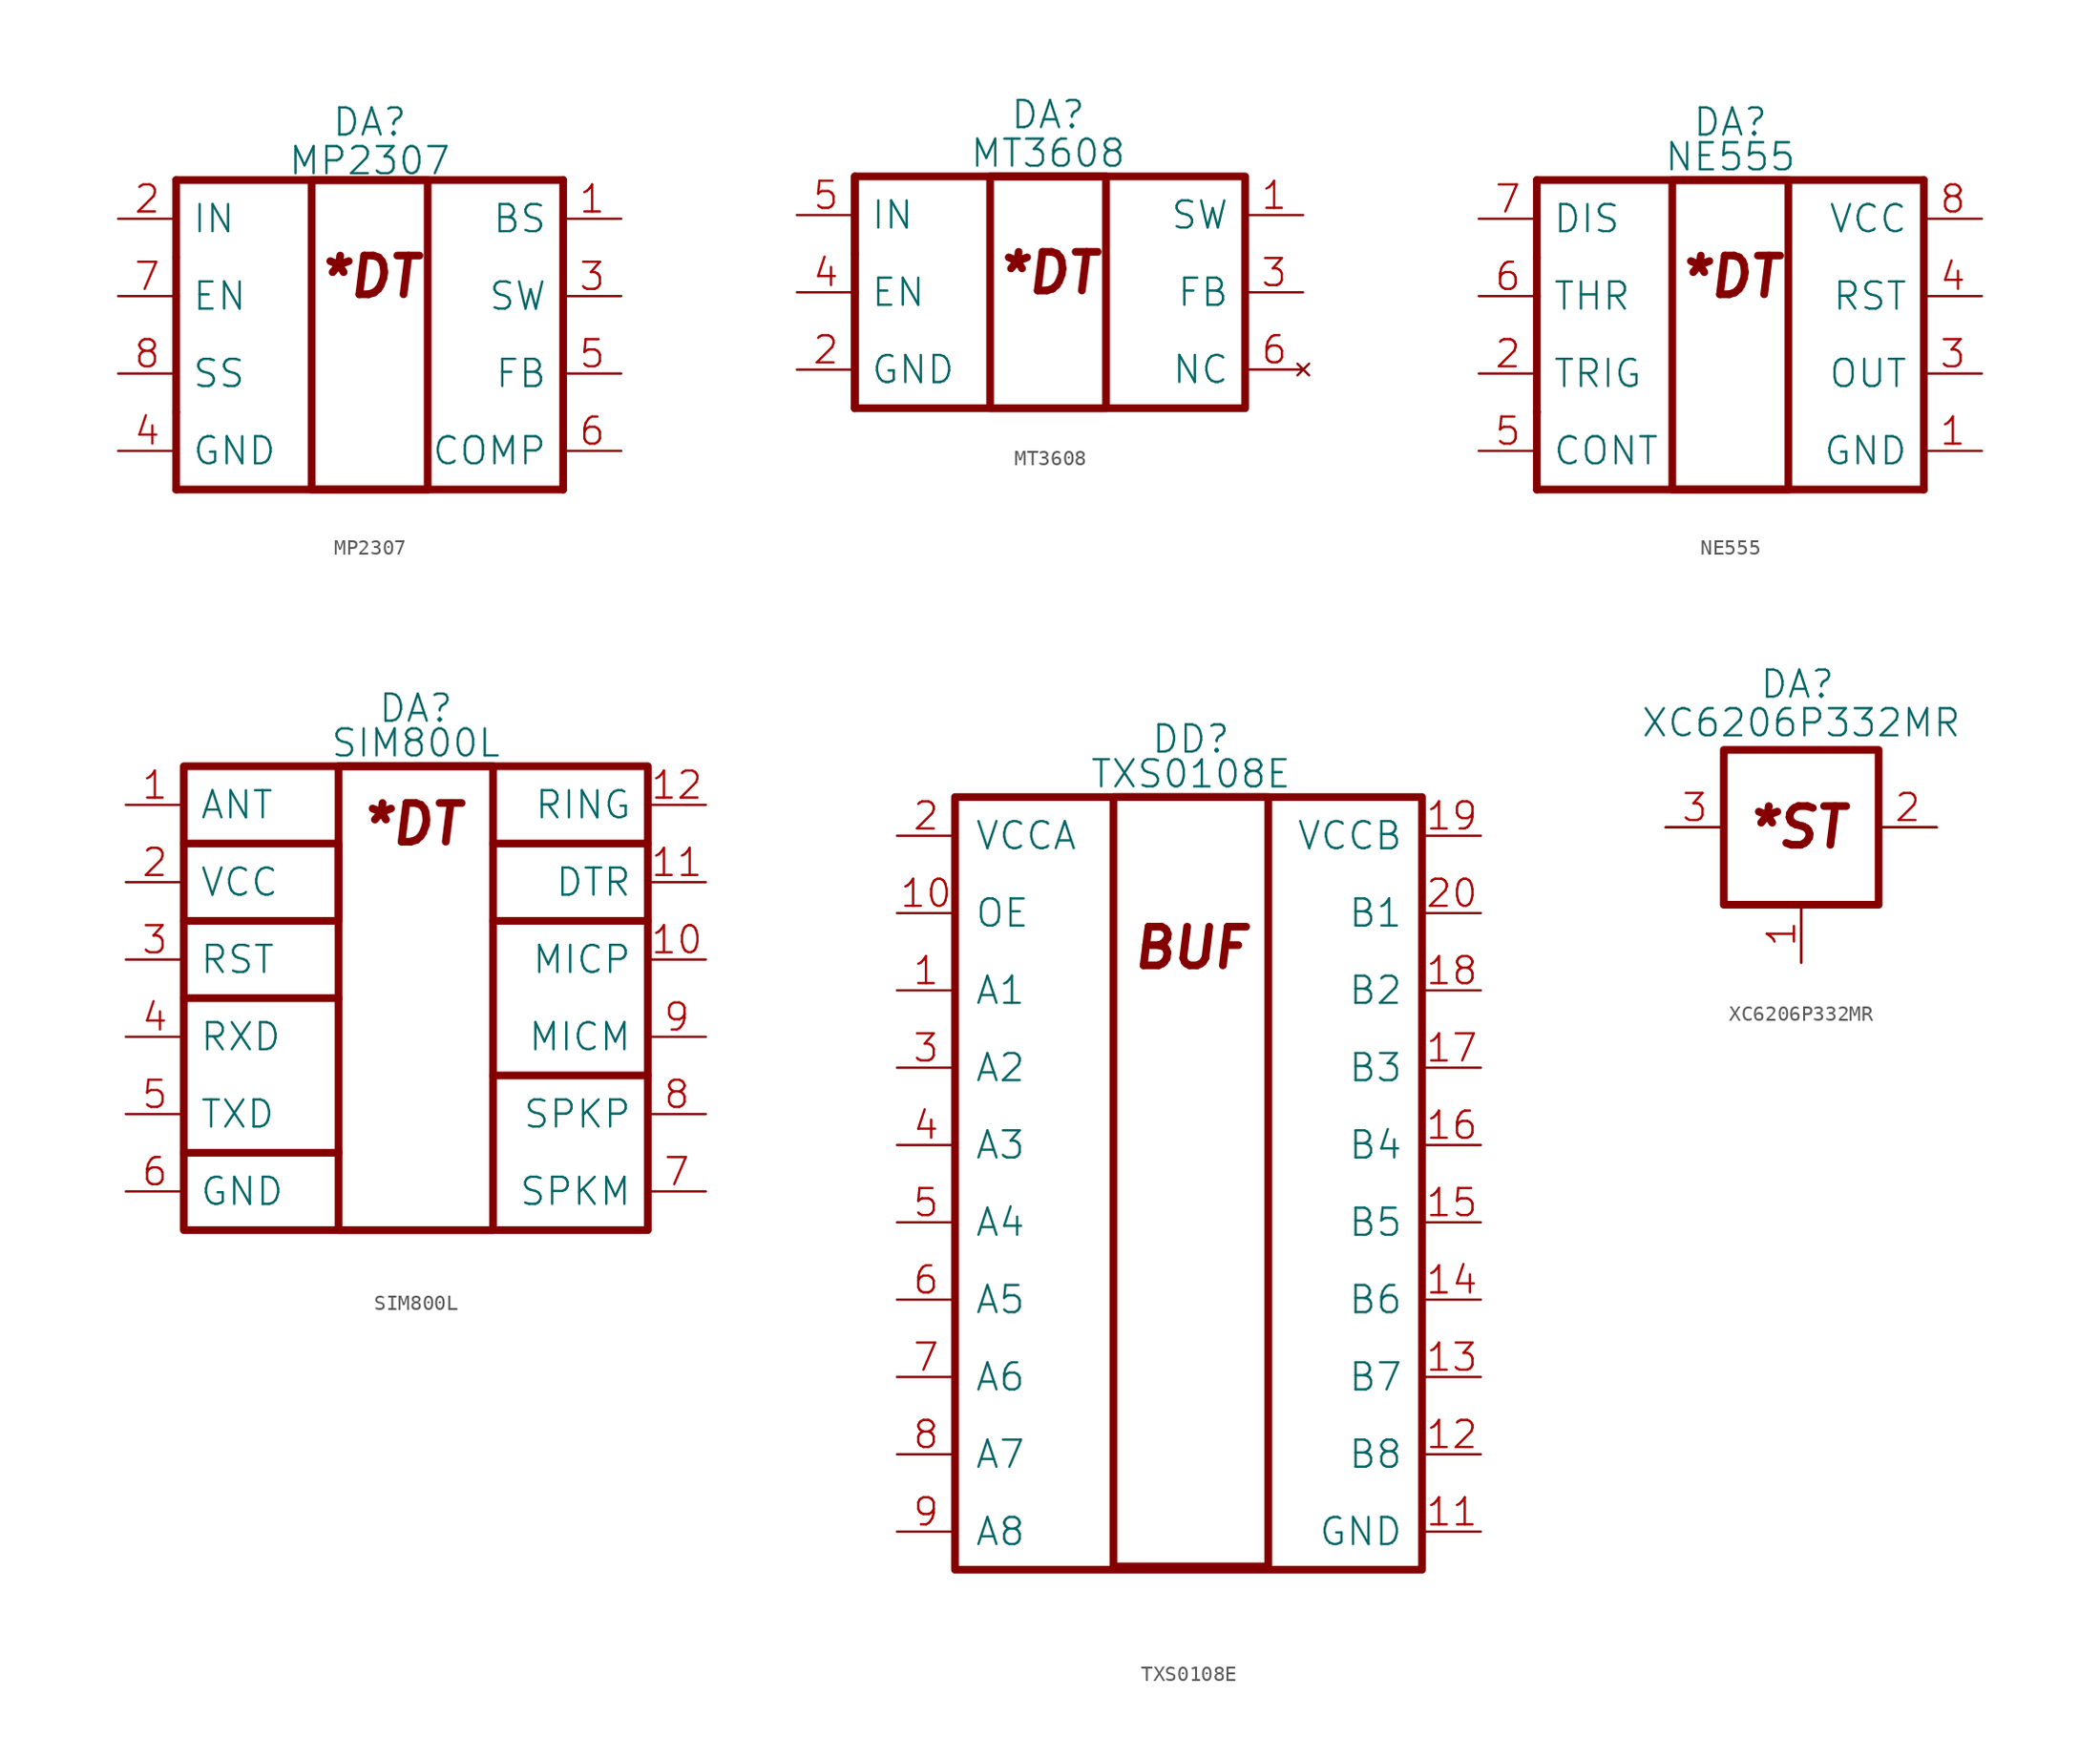
<source format=kicad_sym>
(kicad_symbol_lib
  (version 20211014)
  (generator kicad_symbol_editor)
  (symbol "MP2307"
    (pin_names
      (offset 1.016))
    (property "Reference" "DA"
      (at 0 13.97 0)
      (effects (font (size 1.778 1.778))))
    (property "Value" "MP2307"
      (at 0 11.43 0)
      (effects (font (size 1.778 1.778))))
    (symbol "MP2307_0_1"
      (rectangle (start -3.81 10.16) (end 3.81 -10.16) (stroke (width 0.508) (type default) (color 0 0 0 0)) (fill (type none)))
      (polyline (pts (xy -12.7 -10.16) (xy 12.7 -10.16)) (stroke (width 0.508) (type default) (color 0 0 0 0)) (fill (type none)))
      (polyline (pts (xy -12.7 -5.08) (xy -12.7 -10.16)) (stroke (width 0.508) (type default) (color 0 0 0 0)) (fill (type none)))
      (polyline (pts (xy 12.7 -10.16) (xy 12.7 10.16)) (stroke (width 0.508) (type default) (color 0 0 0 0)) (fill (type none)))
      (polyline (pts (xy 12.7 10.16) (xy -12.7 10.16)) (stroke (width 0.508) (type default) (color 0 0 0 0)) (fill (type none))))
    (symbol "MP2307_1_1"
      (polyline (pts (xy -12.7 -5.08) (xy -12.7 -5.08)) (stroke (width 0.508) (type default) (color 0 0 0 0)) (fill (type none)))
      (polyline (pts (xy -12.7 -5.08) (xy -12.7 5.08)) (stroke (width 0.508) (type default) (color 0 0 0 0)) (fill (type none)))
      (polyline (pts (xy -12.7 2.54) (xy -12.7 2.54)) (stroke (width 0.508) (type default) (color 0 0 0 0)) (fill (type none)))
      (polyline (pts (xy -12.7 5.08) (xy -12.7 5.08)) (stroke (width 0) (type default) (color 0 0 0 0)) (fill (type none)))
      (polyline (pts (xy -12.7 10.16) (xy -12.7 5.08)) (stroke (width 0.508) (type default) (color 0 0 0 0)) (fill (type none)))
      (text "*DT" (at 0 3.81 0) (effects (font (size 2.54 2.54) bold italic)))
      (pin input line (at 16.51 7.62 180) (length 3.81) (name "BS" (effects (font (size 1.778 1.778)))) (number "1" (effects (font (size 1.778 1.778)))))
      (pin input line (at -16.51 7.62 0) (length 3.81) (name "IN" (effects (font (size 1.778 1.778)))) (number "2" (effects (font (size 1.778 1.778)))))
      (pin input line (at 16.51 2.54 180) (length 3.81) (name "SW" (effects (font (size 1.778 1.778)))) (number "3" (effects (font (size 1.778 1.778)))))
      (pin power_in line (at -16.51 -7.62 0) (length 3.81) (name "GND" (effects (font (size 1.778 1.778)))) (number "4" (effects (font (size 1.778 1.778)))))
      (pin input line (at 16.51 -2.54 180) (length 3.81) (name "FB" (effects (font (size 1.778 1.778)))) (number "5" (effects (font (size 1.778 1.778)))))
      (pin input line (at 16.51 -7.62 180) (length 3.81) (name "COMP" (effects (font (size 1.778 1.778)))) (number "6" (effects (font (size 1.778 1.778)))))
      (pin input line (at -16.51 2.54 0) (length 3.81) (name "EN" (effects (font (size 1.778 1.778)))) (number "7" (effects (font (size 1.778 1.778)))))
      (pin input line (at -16.51 -2.54 0) (length 3.81) (name "SS" (effects (font (size 1.778 1.778)))) (number "8" (effects (font (size 1.778 1.778)))))))
  (symbol "MT3608"
    (pin_names
      (offset 1.016))
    (property "Reference" "DA"
      (at 0 4.064 0)
      (effects (font (size 1.778 1.778))))
    (property "Value" "MT3608"
      (at 0 1.524 0)
      (effects (font (size 1.778 1.778))))
    (symbol "MT3608_0_1"
      (rectangle (start -12.7 0) (end 12.954 -15.24) (stroke (width 0.508) (type default) (color 0 0 0 0)) (fill (type none)))
      (rectangle (start -3.81 0) (end 3.81 -15.24) (stroke (width 0.508) (type default) (color 0 0 0 0)) (fill (type none))))
    (symbol "MT3608_1_1"
      (polyline (pts (xy -12.7 -15.24) (xy -12.7 -15.24)) (stroke (width 0.508) (type default) (color 0 0 0 0)) (fill (type none)))
      (polyline (pts (xy -12.7 -15.24) (xy -12.7 -5.08)) (stroke (width 0.508) (type default) (color 0 0 0 0)) (fill (type none)))
      (polyline (pts (xy -12.7 -7.62) (xy -12.7 -7.62)) (stroke (width 0.508) (type default) (color 0 0 0 0)) (fill (type none)))
      (polyline (pts (xy -12.7 -5.08) (xy -12.7 -5.08)) (stroke (width 0) (type default) (color 0 0 0 0)) (fill (type none)))
      (polyline (pts (xy -12.7 0) (xy -12.7 -5.08)) (stroke (width 0.508) (type default) (color 0 0 0 0)) (fill (type none)))
      (text "*DT" (at 0 -6.35 0) (effects (font (size 2.54 2.54) bold italic)))
      (pin passive line (at 16.764 -2.54 180) (length 3.81) (name "SW" (effects (font (size 1.778 1.778)))) (number "1" (effects (font (size 1.778 1.778)))))
      (pin power_in line (at -16.51 -12.7 0) (length 3.81) (name "GND" (effects (font (size 1.778 1.778)))) (number "2" (effects (font (size 1.778 1.778)))))
      (pin input line (at 16.764 -7.62 180) (length 3.81) (name "FB" (effects (font (size 1.778 1.778)))) (number "3" (effects (font (size 1.778 1.778)))))
      (pin input line (at -16.51 -7.62 0) (length 3.81) (name "EN" (effects (font (size 1.778 1.778)))) (number "4" (effects (font (size 1.778 1.778)))))
      (pin power_in line (at -16.51 -2.54 0) (length 3.81) (name "IN" (effects (font (size 1.778 1.778)))) (number "5" (effects (font (size 1.778 1.778)))))
      (pin no_connect line (at 16.773 -12.693 180) (length 3.81) (name "NC" (effects (font (size 1.778 1.778)))) (number "6" (effects (font (size 1.778 1.778)))))))
  (symbol "NE555"
    (pin_names
      (offset 1.016))
    (property "Reference" "DA"
      (at 0 13.97 0)
      (effects (font (size 1.778 1.778))))
    (property "Value" "NE555"
      (at 0 11.684 0)
      (effects (font (size 1.778 1.778))))
    (symbol "NE555_0_1"
      (rectangle (start -3.81 10.16) (end 3.81 -10.16) (stroke (width 0.508) (type default) (color 0 0 0 0)) (fill (type none)))
      (polyline (pts (xy -12.7 -10.16) (xy 12.7 -10.16)) (stroke (width 0.508) (type default) (color 0 0 0 0)) (fill (type none)))
      (polyline (pts (xy -12.7 -5.08) (xy -12.7 -10.16)) (stroke (width 0.508) (type default) (color 0 0 0 0)) (fill (type none)))
      (polyline (pts (xy 12.7 -10.16) (xy 12.7 10.16)) (stroke (width 0.508) (type default) (color 0 0 0 0)) (fill (type none)))
      (polyline (pts (xy 12.7 10.16) (xy -12.7 10.16)) (stroke (width 0.508) (type default) (color 0 0 0 0)) (fill (type none))))
    (symbol "NE555_1_1"
      (polyline (pts (xy -12.7 -5.08) (xy -12.7 -5.08)) (stroke (width 0.508) (type default) (color 0 0 0 0)) (fill (type none)))
      (polyline (pts (xy -12.7 -5.08) (xy -12.7 5.08)) (stroke (width 0.508) (type default) (color 0 0 0 0)) (fill (type none)))
      (polyline (pts (xy -12.7 2.54) (xy -12.7 2.54)) (stroke (width 0.508) (type default) (color 0 0 0 0)) (fill (type none)))
      (polyline (pts (xy -12.7 5.08) (xy -12.7 5.08)) (stroke (width 0) (type default) (color 0 0 0 0)) (fill (type none)))
      (polyline (pts (xy -12.7 10.16) (xy -12.7 5.08)) (stroke (width 0.508) (type default) (color 0 0 0 0)) (fill (type none)))
      (text "*DT" (at 0 3.81 0) (effects (font (size 2.54 2.54) bold italic)))
      (pin power_in line (at 16.51 -7.62 180) (length 3.81) (name "GND" (effects (font (size 1.778 1.778)))) (number "1" (effects (font (size 1.778 1.778)))))
      (pin input line (at -16.51 -2.54 0) (length 3.81) (name "TRIG" (effects (font (size 1.778 1.778)))) (number "2" (effects (font (size 1.778 1.778)))))
      (pin output line (at 16.51 -2.54 180) (length 3.81) (name "OUT" (effects (font (size 1.778 1.778)))) (number "3" (effects (font (size 1.778 1.778)))))
      (pin input line (at 16.51 2.54 180) (length 3.81) (name "RST" (effects (font (size 1.778 1.778)))) (number "4" (effects (font (size 1.778 1.778)))))
      (pin input line (at -16.51 -7.62 0) (length 3.81) (name "CONT" (effects (font (size 1.778 1.778)))) (number "5" (effects (font (size 1.778 1.778)))))
      (pin input line (at -16.51 2.54 0) (length 3.81) (name "THR" (effects (font (size 1.778 1.778)))) (number "6" (effects (font (size 1.778 1.778)))))
      (pin output line (at -16.51 7.62 0) (length 3.81) (name "DIS" (effects (font (size 1.778 1.778)))) (number "7" (effects (font (size 1.778 1.778)))))
      (pin power_in line (at 16.51 7.62 180) (length 3.81) (name "VCC" (effects (font (size 1.778 1.778)))) (number "8" (effects (font (size 1.778 1.778)))))))
  (symbol "SIM800L"
    (pin_names
      (offset 1.016))
    (property "Reference" "DA"
      (at 0 3.81 0)
      (effects (font (size 1.778 1.778))))
    (property "Value" "SIM800L"
      (at 0 1.524 0)
      (effects (font (size 1.778 1.778))))
    (symbol "SIM800L_0_1"
      (rectangle (start -15.24 0) (end 15.24 -30.48) (stroke (width 0.508) (type default) (color 0 0 0 0)) (fill (type none)))
      (rectangle (start -5.08 0) (end 5.08 -30.48) (stroke (width 0.508) (type default) (color 0 0 0 0)) (fill (type none)))
      (polyline (pts (xy -15.24 -25.4) (xy -5.08 -25.4)) (stroke (width 0.508) (type default) (color 0 0 0 0)) (fill (type none)))
      (polyline (pts (xy -15.24 -15.24) (xy -5.08 -15.24)) (stroke (width 0.508) (type default) (color 0 0 0 0)) (fill (type none)))
      (polyline (pts (xy 15.24 -20.32) (xy 5.08 -20.32)) (stroke (width 0.508) (type default) (color 0 0 0 0)) (fill (type none)))
      (polyline (pts (xy 15.24 -10.16) (xy 5.08 -10.16)) (stroke (width 0.508) (type default) (color 0 0 0 0)) (fill (type none)))
      (polyline (pts (xy 15.24 -5.08) (xy 5.08 -5.08)) (stroke (width 0.508) (type default) (color 0 0 0 0)) (fill (type none)))
      (polyline (pts (xy -15.24 -5.08) (xy -5.08 -5.08) (xy -5.08 -10.16) (xy -15.24 -10.16)) (stroke (width 0.508) (type default) (color 0 0 0 0)) (fill (type none))))
    (symbol "SIM800L_1_1"
      (text "*DT" (at -0.254 -3.81 0) (effects (font (size 2.54 2.54) bold italic)))
      (pin output line (at -19.05 -2.54 0) (length 3.81) (name "ANT" (effects (font (size 1.778 1.778)))) (number "1" (effects (font (size 1.778 1.778)))))
      (pin input line (at 19.05 -12.7 180) (length 3.81) (name "MICP" (effects (font (size 1.778 1.778)))) (number "10" (effects (font (size 1.778 1.778)))))
      (pin output line (at 19.05 -7.62 180) (length 3.81) (name "DTR" (effects (font (size 1.778 1.778)))) (number "11" (effects (font (size 1.778 1.778)))))
      (pin output line (at 19.05 -2.54 180) (length 3.81) (name "RING" (effects (font (size 1.778 1.778)))) (number "12" (effects (font (size 1.778 1.778)))))
      (pin power_in line (at -19.05 -7.62 0) (length 3.81) (name "VCC" (effects (font (size 1.778 1.778)))) (number "2" (effects (font (size 1.778 1.778)))))
      (pin input line (at -19.05 -12.7 0) (length 3.81) (name "RST" (effects (font (size 1.778 1.778)))) (number "3" (effects (font (size 1.778 1.778)))))
      (pin input line (at -19.05 -17.78 0) (length 3.81) (name "RXD" (effects (font (size 1.778 1.778)))) (number "4" (effects (font (size 1.778 1.778)))))
      (pin input line (at -19.05 -22.86 0) (length 3.81) (name "TXD" (effects (font (size 1.778 1.778)))) (number "5" (effects (font (size 1.778 1.778)))))
      (pin power_in line (at -19.05 -27.94 0) (length 3.81) (name "GND" (effects (font (size 1.778 1.778)))) (number "6" (effects (font (size 1.778 1.778)))))
      (pin power_in line (at 19.05 -27.94 180) (length 3.81) (name "SPKM" (effects (font (size 1.778 1.778)))) (number "7" (effects (font (size 1.778 1.778)))))
      (pin input line (at 19.05 -22.86 180) (length 3.81) (name "SPKP" (effects (font (size 1.778 1.778)))) (number "8" (effects (font (size 1.778 1.778)))))
      (pin input line (at 19.05 -17.78 180) (length 3.81) (name "MICM" (effects (font (size 1.778 1.778)))) (number "9" (effects (font (size 1.778 1.778)))))))
  (symbol "TXS0108E"
    (pin_names
      (offset 1.27))
    (property "Reference" "DD"
      (at 0 3.81 0)
      (effects (font (size 1.778 1.778))))
    (property "Value" "TXS0108E"
      (at 0 1.524 0)
      (effects (font (size 1.778 1.778))))
    (symbol "TXS0108E_0_1"
      (rectangle (start -15.494 0) (end 15.186 -50.763) (stroke (width 0.508) (type default) (color 0 0 0 0)) (fill (type none)))
      (rectangle (start -5.08 0) (end 5.08 -50.546) (stroke (width 0.508) (type default) (color 0 0 0 0)) (fill (type none))))
    (symbol "TXS0108E_1_1"
      (text "BUF" (at 0 -9.906 0) (effects (font (size 2.54 2.54) bold italic)))
      (pin bidirectional line (at -19.304 -12.7 0) (length 3.81) (name "A1" (effects (font (size 1.778 1.778)))) (number "1" (effects (font (size 1.778 1.778)))))
      (pin input line (at -19.304 -7.62 0) (length 3.81) (name "OE" (effects (font (size 1.778 1.778)))) (number "10" (effects (font (size 1.778 1.778)))))
      (pin power_in line (at 19.05 -48.26 180) (length 3.81) (name "GND" (effects (font (size 1.778 1.778)))) (number "11" (effects (font (size 1.778 1.778)))))
      (pin bidirectional line (at 19.05 -43.18 180) (length 3.81) (name "B8" (effects (font (size 1.778 1.778)))) (number "12" (effects (font (size 1.778 1.778)))))
      (pin bidirectional line (at 19.05 -38.1 180) (length 3.81) (name "B7" (effects (font (size 1.778 1.778)))) (number "13" (effects (font (size 1.778 1.778)))))
      (pin bidirectional line (at 19.05 -33.02 180) (length 3.81) (name "B6" (effects (font (size 1.778 1.778)))) (number "14" (effects (font (size 1.778 1.778)))))
      (pin bidirectional line (at 19.05 -27.94 180) (length 3.81) (name "B5" (effects (font (size 1.778 1.778)))) (number "15" (effects (font (size 1.778 1.778)))))
      (pin bidirectional line (at 19.05 -22.86 180) (length 3.81) (name "B4" (effects (font (size 1.778 1.778)))) (number "16" (effects (font (size 1.778 1.778)))))
      (pin bidirectional line (at 19.05 -17.78 180) (length 3.81) (name "B3" (effects (font (size 1.778 1.778)))) (number "17" (effects (font (size 1.778 1.778)))))
      (pin bidirectional line (at 19.05 -12.7 180) (length 3.81) (name "B2" (effects (font (size 1.778 1.778)))) (number "18" (effects (font (size 1.778 1.778)))))
      (pin power_in line (at 19.05 -2.54 180) (length 3.81) (name "VCCB" (effects (font (size 1.778 1.778)))) (number "19" (effects (font (size 1.778 1.778)))))
      (pin power_in line (at -19.304 -2.54 0) (length 3.81) (name "VCCA" (effects (font (size 1.778 1.778)))) (number "2" (effects (font (size 1.778 1.778)))))
      (pin bidirectional line (at 19.05 -7.62 180) (length 3.81) (name "B1" (effects (font (size 1.778 1.778)))) (number "20" (effects (font (size 1.778 1.778)))))
      (pin bidirectional line (at -19.304 -17.78 0) (length 3.81) (name "A2" (effects (font (size 1.778 1.778)))) (number "3" (effects (font (size 1.778 1.778)))))
      (pin bidirectional line (at -19.304 -22.86 0) (length 3.81) (name "A3" (effects (font (size 1.778 1.778)))) (number "4" (effects (font (size 1.778 1.778)))))
      (pin bidirectional line (at -19.304 -27.94 0) (length 3.81) (name "A4" (effects (font (size 1.778 1.778)))) (number "5" (effects (font (size 1.778 1.778)))))
      (pin bidirectional line (at -19.304 -33.02 0) (length 3.81) (name "A5" (effects (font (size 1.778 1.778)))) (number "6" (effects (font (size 1.778 1.778)))))
      (pin bidirectional line (at -19.304 -38.1 0) (length 3.81) (name "A6" (effects (font (size 1.778 1.778)))) (number "7" (effects (font (size 1.778 1.778)))))
      (pin bidirectional line (at -19.304 -43.18 0) (length 3.81) (name "A7" (effects (font (size 1.778 1.778)))) (number "8" (effects (font (size 1.778 1.778)))))
      (pin bidirectional line (at -19.304 -48.26 0) (length 3.81) (name "A8" (effects (font (size 1.778 1.778)))) (number "9" (effects (font (size 1.778 1.778)))))))
  (symbol "XC6206P332MR"
    (pin_names
      (offset 1.016) hide)
    (property "Reference" "DA"
      (at -0.254 9.398 0)
      (effects (font (size 1.778 1.778))))
    (property "Value" "XC6206P332MR"
      (at 0 6.858 0)
      (effects (font (size 1.778 1.778))))
    (symbol "XC6206P332MR_1_1"
      (rectangle (start -5.08 5.08) (end 5.08 -5.08) (stroke (width 0.508) (type default) (color 0 0 0 0)) (fill (type none)))
      (polyline (pts (xy -8.89 0) (xy -5.08 0)) (stroke (width 0) (type default) (color 0 0 0 0)) (fill (type none)))
      (polyline (pts (xy 0 -5.08) (xy 0 -8.89)) (stroke (width 0) (type default) (color 0 0 0 0)) (fill (type none)))
      (polyline (pts (xy 5.08 0) (xy 8.89 0)) (stroke (width 0) (type default) (color 0 0 0 0)) (fill (type none)))
      (text "*ST" (at -0.254 0 0) (effects (font (size 2.54 2.54) bold italic)))
      (pin power_in line (at 0 -8.89 90) (length 3.81) (name "GND" (effects (font (size 1.778 1.778)))) (number "1" (effects (font (size 1.778 1.778)))))
      (pin power_out line (at 8.89 0 180) (length 3.81) (name "OUT" (effects (font (size 1.778 1.778)))) (number "2" (effects (font (size 1.778 1.778)))))
      (pin power_in line (at -8.89 0 0) (length 3.81) (name "IN" (effects (font (size 1.778 1.778)))) (number "3" (effects (font (size 1.778 1.778))))))))
</source>
